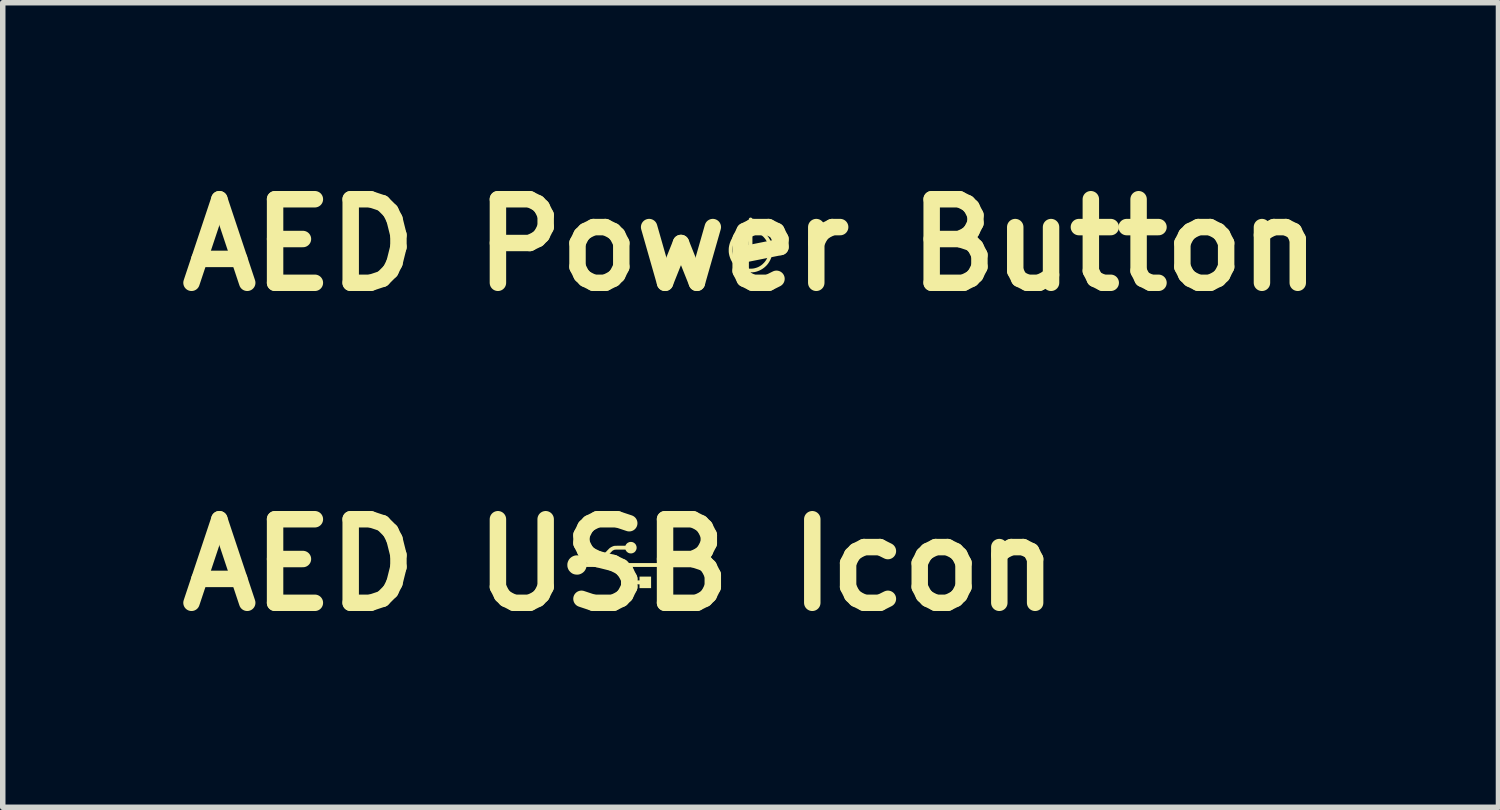
<source format=kicad_pcb>
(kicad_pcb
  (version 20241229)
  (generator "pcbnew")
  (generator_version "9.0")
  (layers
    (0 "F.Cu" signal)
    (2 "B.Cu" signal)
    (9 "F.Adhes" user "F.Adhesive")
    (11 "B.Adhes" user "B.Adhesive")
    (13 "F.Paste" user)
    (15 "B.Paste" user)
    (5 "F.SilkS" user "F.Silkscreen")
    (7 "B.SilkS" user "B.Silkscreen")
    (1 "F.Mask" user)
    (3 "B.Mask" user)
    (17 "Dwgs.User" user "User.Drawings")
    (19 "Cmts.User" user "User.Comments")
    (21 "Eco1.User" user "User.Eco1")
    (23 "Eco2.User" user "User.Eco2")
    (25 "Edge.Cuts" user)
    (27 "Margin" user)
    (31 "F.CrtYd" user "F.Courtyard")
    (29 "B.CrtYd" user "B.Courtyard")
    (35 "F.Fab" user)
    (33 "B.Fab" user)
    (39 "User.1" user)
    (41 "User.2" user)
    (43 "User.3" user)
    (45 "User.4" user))
  (footprint "AED Power Button"
    (layer "F.Cu")
    (at 10.639 1.418)
    (property "Reference" "AED Power Button" (at 0 0 0) (layer "F.SilkS") (effects (font (size 1.524 1.524) (thickness 0.3))))
    (attr board_only exclude_from_pos_files exclude_from_bom)
    (fp_poly (pts (xy 0.007 -0.499) (xy 0.011 -0.498) (xy 0.015 -0.496) (xy 0.018 -0.494) (xy 0.024 -0.49) (xy 0.028 -0.484) (xy 0.029 -0.482) (xy 0.033 -0.474) (xy 0.033 0.008) (xy 0.029 0.015) (xy 0.023 0.023) (xy 0.016 0.029) (xy 0.007 0.032) (xy -0.003 0.033) (xy -0.012 0.031) (xy -0.015 0.03) (xy -0.021 0.026) (xy -0.026 0.02) (xy -0.028 0.018) (xy -0.033 0.011) (xy -0.033 -0.232) (xy -0.033 -0.474) (xy -0.029 -0.482) (xy -0.026 -0.487) (xy -0.02 -0.493) (xy -0.018 -0.494) (xy -0.014 -0.497) (xy -0.01 -0.498) (xy -0.005 -0.499) (xy 0 -0.499)) (stroke (width 0) (type solid)) (fill yes) (layer "F.SilkS"))
    (fp_poly (pts (xy -0.085 -0.298) (xy -0.076 -0.294) (xy -0.069 -0.287) (xy -0.068 -0.285) (xy -0.065 -0.281) (xy -0.063 -0.277) (xy -0.063 -0.271) (xy -0.062 -0.267) (xy -0.063 -0.26) (xy -0.064 -0.255) (xy -0.066 -0.251) (xy -0.067 -0.249) (xy -0.07 -0.245) (xy -0.072 -0.242) (xy -0.076 -0.239) (xy -0.08 -0.237) (xy -0.086 -0.234) (xy -0.095 -0.231) (xy -0.104 -0.228) (xy -0.136 -0.216) (xy -0.165 -0.201) (xy -0.192 -0.184) (xy -0.218 -0.164) (xy -0.241 -0.141) (xy -0.262 -0.115) (xy -0.282 -0.087) (xy -0.286 -0.08) (xy -0.302 -0.051) (xy -0.314 -0.021) (xy -0.323 0.011) (xy -0.33 0.043) (xy -0.333 0.077) (xy -0.333 0.079) (xy -0.333 0.113) (xy -0.329 0.147) (xy -0.323 0.179) (xy -0.313 0.211) (xy -0.3 0.241) (xy -0.285 0.27) (xy -0.267 0.297) (xy -0.246 0.322) (xy -0.222 0.346) (xy -0.212 0.355) (xy -0.185 0.376) (xy -0.157 0.393) (xy -0.128 0.407) (xy -0.097 0.418) (xy -0.066 0.426) (xy -0.033 0.431) (xy -0.024 0.432) (xy 0.01 0.432) (xy 0.042 0.43) (xy 0.074 0.424) (xy 0.105 0.415) (xy 0.135 0.404) (xy 0.164 0.389) (xy 0.192 0.371) (xy 0.217 0.351) (xy 0.241 0.327) (xy 0.242 0.327) (xy 0.263 0.302) (xy 0.282 0.275) (xy 0.298 0.247) (xy 0.311 0.217) (xy 0.321 0.185) (xy 0.328 0.151) (xy 0.329 0.151) (xy 0.33 0.138) (xy 0.332 0.123) (xy 0.332 0.107) (xy 0.333 0.09) (xy 0.332 0.073) (xy 0.332 0.058) (xy 0.33 0.045) (xy 0.329 0.039) (xy 0.322 0.006) (xy 0.312 -0.026) (xy 0.299 -0.057) (xy 0.282 -0.086) (xy 0.277 -0.095) (xy 0.257 -0.122) (xy 0.235 -0.147) (xy 0.211 -0.169) (xy 0.185 -0.188) (xy 0.157 -0.205) (xy 0.127 -0.22) (xy 0.104 -0.228) (xy 0.094 -0.232) (xy 0.086 -0.235) (xy 0.08 -0.237) (xy 0.075 -0.24) (xy 0.072 -0.242) (xy 0.069 -0.245) (xy 0.067 -0.249) (xy 0.064 -0.253) (xy 0.063 -0.258) (xy 0.063 -0.263) (xy 0.062 -0.267) (xy 0.063 -0.273) (xy 0.064 -0.278) (xy 0.066 -0.282) (xy 0.068 -0.285) (xy 0.074 -0.292) (xy 0.083 -0.298) (xy 0.092 -0.3) (xy 0.095 -0.3) (xy 0.102 -0.299) (xy 0.111 -0.297) (xy 0.123 -0.293) (xy 0.136 -0.289) (xy 0.149 -0.283) (xy 0.163 -0.277) (xy 0.178 -0.27) (xy 0.191 -0.263) (xy 0.204 -0.256) (xy 0.209 -0.253) (xy 0.239 -0.232) (xy 0.266 -0.209) (xy 0.291 -0.184) (xy 0.314 -0.157) (xy 0.335 -0.128) (xy 0.352 -0.098) (xy 0.366 -0.07) (xy 0.379 -0.034) (xy 0.389 0.002) (xy 0.396 0.038) (xy 0.399 0.075) (xy 0.399 0.111) (xy 0.396 0.147) (xy 0.392 0.173) (xy 0.383 0.209) (xy 0.371 0.244) (xy 0.357 0.276) (xy 0.339 0.308) (xy 0.32 0.337) (xy 0.298 0.365) (xy 0.273 0.39) (xy 0.247 0.413) (xy 0.218 0.434) (xy 0.188 0.452) (xy 0.155 0.468) (xy 0.126 0.479) (xy 0.105 0.486) (xy 0.085 0.491) (xy 0.065 0.495) (xy 0.045 0.497) (xy 0.024 0.499) (xy 0.007 0.499) (xy -0.004 0.499) (xy -0.014 0.499) (xy -0.023 0.499) (xy -0.03 0.499) (xy -0.034 0.499) (xy -0.034 0.499) (xy -0.038 0.498) (xy -0.044 0.498) (xy -0.051 0.497) (xy -0.052 0.497) (xy -0.087 0.49) (xy -0.12 0.481) (xy -0.153 0.469) (xy -0.185 0.454) (xy -0.215 0.436) (xy -0.244 0.415) (xy -0.271 0.392) (xy -0.28 0.383) (xy -0.305 0.356) (xy -0.327 0.327) (xy -0.346 0.296) (xy -0.363 0.263) (xy -0.376 0.229) (xy -0.387 0.194) (xy -0.395 0.157) (xy -0.397 0.143) (xy -0.398 0.133) (xy -0.399 0.12) (xy -0.399 0.105) (xy -0.399 0.09) (xy -0.399 0.074) (xy -0.398 0.06) (xy -0.397 0.047) (xy -0.396 0.041) (xy -0.389 0.003) (xy -0.379 -0.033) (xy -0.366 -0.068) (xy -0.351 -0.101) (xy -0.332 -0.132) (xy -0.332 -0.133) (xy -0.313 -0.159) (xy -0.291 -0.184) (xy -0.267 -0.208) (xy -0.241 -0.23) (xy -0.213 -0.25) (xy -0.209 -0.253) (xy -0.197 -0.26) (xy -0.184 -0.267) (xy -0.17 -0.274) (xy -0.156 -0.28) (xy -0.142 -0.286) (xy -0.129 -0.291) (xy -0.117 -0.295) (xy -0.106 -0.298) (xy -0.098 -0.3) (xy -0.095 -0.3)) (stroke (width 0) (type solid)) (fill yes) (layer "F.SilkS")))
  (footprint "AED USB Icon"
    (layer "F.Cu")
    (at 8.244 7.254)
    (property "Reference" "AED USB Icon" (at 0 0 0) (layer "F.SilkS") (effects (font (size 1.524 1.524) (thickness 0.3))))
    (attr board_only exclude_from_pos_files exclude_from_bom)
    (fp_poly (pts (xy 0.238 -0.418) (xy 0.255 -0.412) (xy 0.27 -0.403) (xy 0.284 -0.392) (xy 0.296 -0.379) (xy 0.305 -0.363) (xy 0.312 -0.346) (xy 0.316 -0.327) (xy 0.316 -0.316) (xy 0.315 -0.296) (xy 0.309 -0.278) (xy 0.3 -0.261) (xy 0.289 -0.245) (xy 0.275 -0.232) (xy 0.258 -0.222) (xy 0.24 -0.215) (xy 0.237 -0.214) (xy 0.218 -0.211) (xy 0.2 -0.212) (xy 0.182 -0.215) (xy 0.164 -0.222) (xy 0.149 -0.232) (xy 0.135 -0.244) (xy 0.124 -0.259) (xy 0.119 -0.267) (xy 0.112 -0.281) (xy 0.021 -0.281) (xy -0.003 -0.281) (xy -0.022 -0.281) (xy -0.039 -0.281) (xy -0.052 -0.281) (xy -0.064 -0.28) (xy -0.073 -0.28) (xy -0.08 -0.279) (xy -0.087 -0.278) (xy -0.092 -0.276) (xy -0.098 -0.274) (xy -0.102 -0.272) (xy -0.108 -0.269) (xy -0.109 -0.268) (xy -0.117 -0.264) (xy -0.124 -0.26) (xy -0.128 -0.256) (xy -0.131 -0.254) (xy -0.135 -0.249) (xy -0.142 -0.242) (xy -0.151 -0.233) (xy -0.162 -0.221) (xy -0.174 -0.208) (xy -0.188 -0.194) (xy -0.203 -0.178) (xy -0.219 -0.162) (xy -0.235 -0.144) (xy -0.236 -0.143) (xy -0.338 -0.035) (xy 0.738 -0.035) (xy 0.739 -0.078) (xy 0.739 -0.121) (xy 0.817 -0.076) (xy 0.835 -0.066) (xy 0.851 -0.056) (xy 0.868 -0.047) (xy 0.883 -0.038) (xy 0.897 -0.03) (xy 0.908 -0.023) (xy 0.917 -0.018) (xy 0.921 -0.016) (xy 0.93 -0.011) (xy 0.938 -0.006) (xy 0.944 -0.003) (xy 0.947 -0.000362) (xy 0.947 0.000145) (xy 0.946 0.001) (xy 0.941 0.004) (xy 0.934 0.009) (xy 0.924 0.014) (xy 0.912 0.021) (xy 0.899 0.029) (xy 0.885 0.037) (xy 0.869 0.047) (xy 0.853 0.056) (xy 0.837 0.065) (xy 0.821 0.075) (xy 0.805 0.084) (xy 0.79 0.092) (xy 0.777 0.1) (xy 0.765 0.107) (xy 0.755 0.113) (xy 0.747 0.117) (xy 0.742 0.12) (xy 0.739 0.121) (xy 0.739 0.121) (xy 0.739 0.119) (xy 0.739 0.114) (xy 0.739 0.106) (xy 0.738 0.096) (xy 0.738 0.084) (xy 0.738 0.078) (xy 0.738 0.035) (xy -0.075 0.035) (xy -0.061 0.049) (xy -0.032 0.081) (xy -0.004 0.11) (xy 0.021 0.136) (xy 0.043 0.16) (xy 0.063 0.181) (xy 0.081 0.199) (xy 0.096 0.215) (xy 0.109 0.229) (xy 0.121 0.241) (xy 0.13 0.25) (xy 0.137 0.257) (xy 0.142 0.262) (xy 0.146 0.265) (xy 0.147 0.265) (xy 0.155 0.269) (xy 0.164 0.274) (xy 0.169 0.276) (xy 0.172 0.277) (xy 0.174 0.278) (xy 0.178 0.278) (xy 0.181 0.279) (xy 0.186 0.279) (xy 0.192 0.28) (xy 0.2 0.28) (xy 0.211 0.28) (xy 0.223 0.28) (xy 0.239 0.281) (xy 0.258 0.281) (xy 0.275 0.281) (xy 0.369 0.281) (xy 0.369 0.211) (xy 0.58 0.211) (xy 0.58 0.422) (xy 0.369 0.422) (xy 0.369 0.352) (xy 0.279 0.352) (xy 0.257 0.352) (xy 0.237 0.351) (xy 0.221 0.351) (xy 0.207 0.351) (xy 0.195 0.351) (xy 0.186 0.35) (xy 0.178 0.349) (xy 0.17 0.348) (xy 0.164 0.346) (xy 0.158 0.345) (xy 0.151 0.342) (xy 0.145 0.34) (xy 0.124 0.331) (xy 0.103 0.319) (xy 0.09 0.31) (xy 0.087 0.307) (xy 0.082 0.302) (xy 0.074 0.294) (xy 0.064 0.284) (xy 0.052 0.272) (xy 0.039 0.258) (xy 0.025 0.243) (xy 0.009 0.227) (xy -0.008 0.21) (xy -0.025 0.192) (xy -0.035 0.181) (xy -0.052 0.162) (xy -0.069 0.145) (xy -0.085 0.128) (xy -0.1 0.113) (xy -0.113 0.099) (xy -0.125 0.086) (xy -0.135 0.076) (xy -0.144 0.067) (xy -0.15 0.061) (xy -0.154 0.057) (xy -0.155 0.056) (xy -0.163 0.051) (xy -0.173 0.046) (xy -0.184 0.041) (xy -0.194 0.038) (xy -0.197 0.037) (xy -0.2 0.037) (xy -0.207 0.037) (xy -0.216 0.036) (xy -0.229 0.036) (xy -0.244 0.036) (xy -0.263 0.036) (xy -0.286 0.035) (xy -0.312 0.035) (xy -0.342 0.035) (xy -0.375 0.035) (xy -0.403 0.035) (xy -0.599 0.035) (xy -0.603 0.05) (xy -0.612 0.074) (xy -0.625 0.097) (xy -0.64 0.117) (xy -0.658 0.134) (xy -0.678 0.149) (xy -0.701 0.161) (xy -0.725 0.17) (xy -0.738 0.173) (xy -0.752 0.175) (xy -0.769 0.176) (xy -0.787 0.175) (xy -0.803 0.173) (xy -0.818 0.17) (xy -0.822 0.169) (xy -0.842 0.162) (xy -0.86 0.153) (xy -0.876 0.142) (xy -0.891 0.129) (xy -0.893 0.127) (xy -0.909 0.11) (xy -0.923 0.091) (xy -0.933 0.07) (xy -0.94 0.051) (xy -0.944 0.038) (xy -0.946 0.022) (xy -0.947 0.005) (xy -0.947 -0.011) (xy -0.946 -0.026) (xy -0.945 -0.03) (xy -0.939 -0.055) (xy -0.929 -0.078) (xy -0.917 -0.1) (xy -0.901 -0.119) (xy -0.883 -0.136) (xy -0.863 -0.15) (xy -0.842 -0.161) (xy -0.818 -0.17) (xy -0.794 -0.175) (xy -0.773 -0.176) (xy -0.746 -0.174) (xy -0.721 -0.168) (xy -0.698 -0.16) (xy -0.676 -0.147) (xy -0.656 -0.132) (xy -0.638 -0.114) (xy -0.623 -0.093) (xy -0.616 -0.08) (xy -0.611 -0.071) (xy -0.607 -0.061) (xy -0.604 -0.052) (xy -0.603 -0.048) (xy -0.599 -0.035) (xy -0.529 -0.036) (xy -0.458 -0.036) (xy -0.445 -0.041) (xy -0.436 -0.045) (xy -0.428 -0.05) (xy -0.422 -0.053) (xy -0.419 -0.056) (xy -0.414 -0.061) (xy -0.406 -0.068) (xy -0.397 -0.078) (xy -0.386 -0.089) (xy -0.373 -0.102) (xy -0.359 -0.117) (xy -0.344 -0.133) (xy -0.327 -0.15) (xy -0.311 -0.168) (xy -0.305 -0.174) (xy -0.288 -0.192) (xy -0.271 -0.209) (xy -0.256 -0.226) (xy -0.241 -0.241) (xy -0.228 -0.255) (xy -0.216 -0.268) (xy -0.206 -0.278) (xy -0.197 -0.287) (xy -0.191 -0.293) (xy -0.188 -0.297) (xy -0.187 -0.298) (xy -0.17 -0.312) (xy -0.15 -0.325) (xy -0.128 -0.336) (xy -0.106 -0.345) (xy -0.102 -0.346) (xy -0.098 -0.347) (xy -0.095 -0.348) (xy -0.091 -0.348) (xy -0.087 -0.349) (xy -0.082 -0.35) (xy -0.075 -0.35) (xy -0.067 -0.35) (xy -0.057 -0.35) (xy -0.044 -0.351) (xy -0.028 -0.351) (xy -0.01 -0.351) (xy 0.013 -0.351) (xy 0.013 -0.351) (xy 0.112 -0.352) (xy 0.116 -0.361) (xy 0.12 -0.369) (xy 0.126 -0.378) (xy 0.134 -0.387) (xy 0.142 -0.395) (xy 0.143 -0.397) (xy 0.148 -0.4) (xy 0.155 -0.405) (xy 0.163 -0.409) (xy 0.165 -0.41) (xy 0.184 -0.418) (xy 0.202 -0.421) (xy 0.22 -0.421)) (stroke (width 0) (type solid)) (fill yes) (layer "F.SilkS")))
  (gr_rect
    (start -3 -3)
    (end 24.278 11.672)
    (stroke (width 0.1) (type default))
    (fill no)
    (layer "Edge.Cuts")))
</source>
